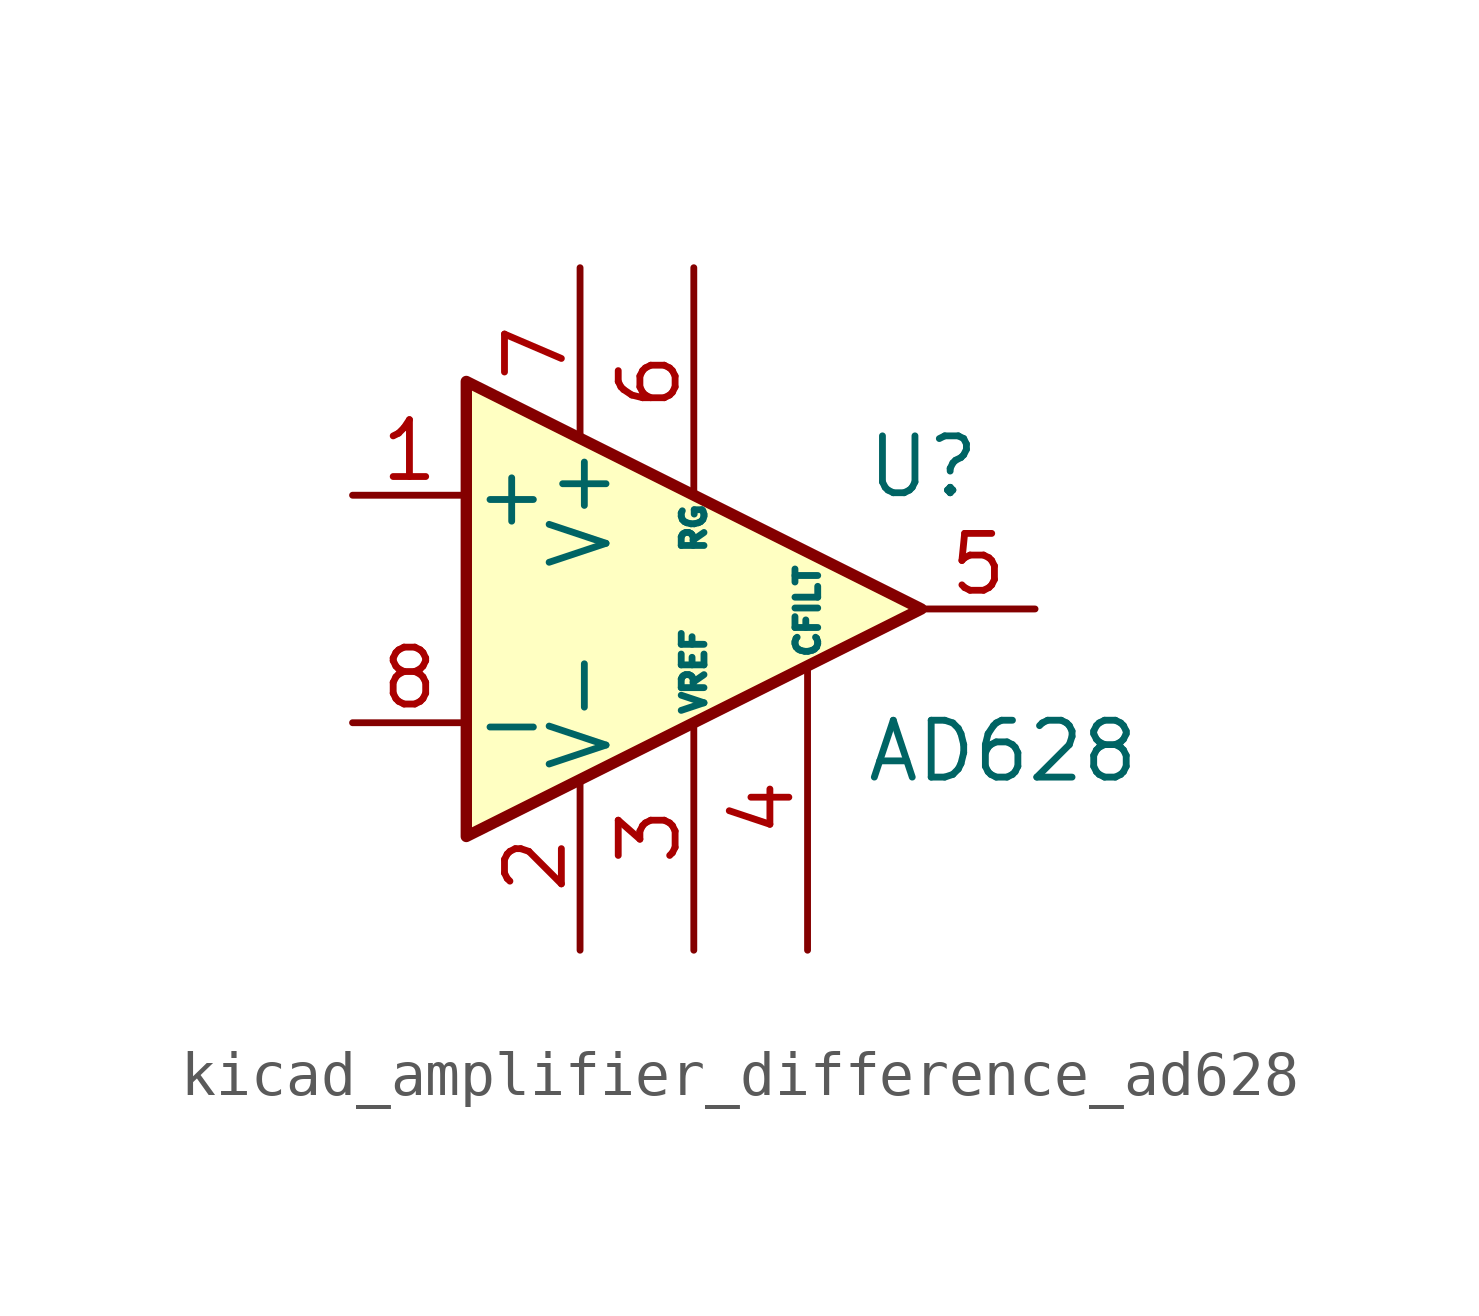
<source format=kicad_sym>
(kicad_symbol_lib
  (version 20220914)
  (generator kicad_symbol_editor)
  (symbol "kicad_amplifier_difference_ad628"
    (pin_names
      (offset 0.127))
    (property "Reference" "U"
      (at 3.81 3.175 0)
      (effects (font (size 1.27 1.27)) (justify left)))
    (property "Value" "AD628"
      (at 3.81 -3.175 0)
      (effects (font (size 1.27 1.27)) (justify left)))
    (symbol "kicad_amplifier_difference_ad628_0_1"
      (polyline (pts (xy 5.08 0) (xy -5.08 5.08) (xy -5.08 -5.08) (xy 5.08 0)) (stroke (width 0.254) (type default)) (fill (type background))))
    (symbol "kicad_amplifier_difference_ad628_1_1"
      (pin input line (at -7.62 2.54 0) (length 2.54) (name "+" (effects (font (size 1.27 1.27)))) (number "1" (effects (font (size 1.27 1.27)))))
      (pin power_in line (at -2.54 -7.62 90) (length 3.81) (name "V-" (effects (font (size 1.27 1.27)))) (number "2" (effects (font (size 1.27 1.27)))))
      (pin passive line (at 0 -7.62 90) (length 5.08) (name "VREF" (effects (font (size 0.508 0.508)))) (number "3" (effects (font (size 1.27 1.27)))))
      (pin passive line (at 2.54 -7.62 90) (length 6.35) (name "CFILT" (effects (font (size 0.508 0.508)))) (number "4" (effects (font (size 1.27 1.27)))))
      (pin output line (at 7.62 0 180) (length 2.54) (name "~" (effects (font (size 1.27 1.27)))) (number "5" (effects (font (size 1.27 1.27)))))
      (pin passive line (at 0 7.62 270) (length 5.08) (name "RG" (effects (font (size 0.508 0.508)))) (number "6" (effects (font (size 1.27 1.27)))))
      (pin power_in line (at -2.54 7.62 270) (length 3.81) (name "V+" (effects (font (size 1.27 1.27)))) (number "7" (effects (font (size 1.27 1.27)))))
      (pin input line (at -7.62 -2.54 0) (length 2.54) (name "-" (effects (font (size 1.27 1.27)))) (number "8" (effects (font (size 1.27 1.27))))))))
</source>
